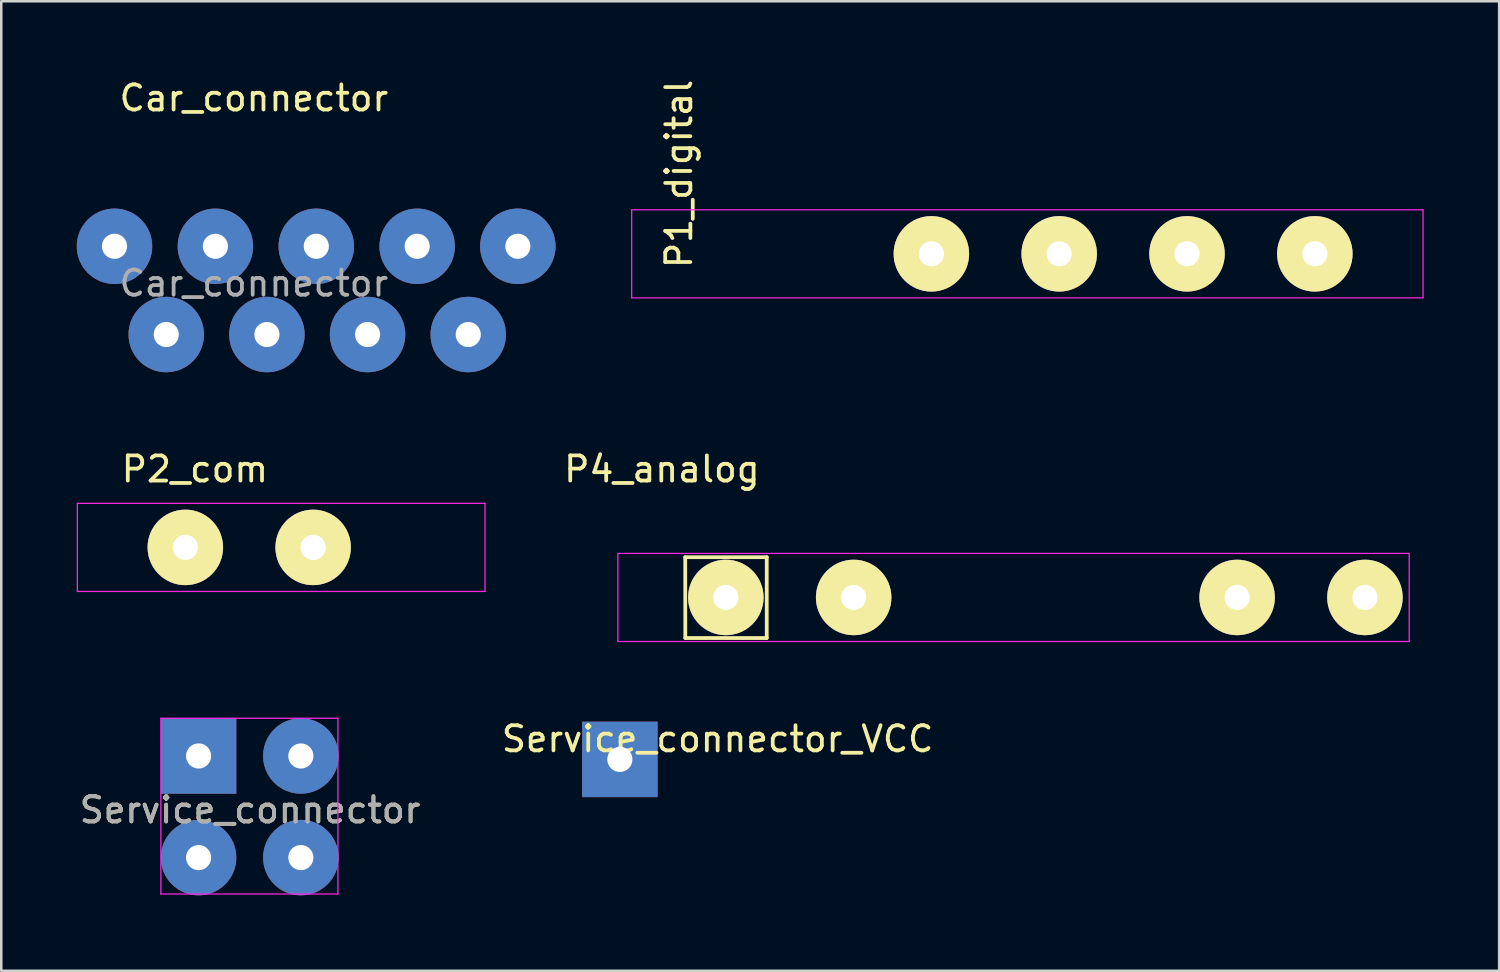
<source format=kicad_pcb>
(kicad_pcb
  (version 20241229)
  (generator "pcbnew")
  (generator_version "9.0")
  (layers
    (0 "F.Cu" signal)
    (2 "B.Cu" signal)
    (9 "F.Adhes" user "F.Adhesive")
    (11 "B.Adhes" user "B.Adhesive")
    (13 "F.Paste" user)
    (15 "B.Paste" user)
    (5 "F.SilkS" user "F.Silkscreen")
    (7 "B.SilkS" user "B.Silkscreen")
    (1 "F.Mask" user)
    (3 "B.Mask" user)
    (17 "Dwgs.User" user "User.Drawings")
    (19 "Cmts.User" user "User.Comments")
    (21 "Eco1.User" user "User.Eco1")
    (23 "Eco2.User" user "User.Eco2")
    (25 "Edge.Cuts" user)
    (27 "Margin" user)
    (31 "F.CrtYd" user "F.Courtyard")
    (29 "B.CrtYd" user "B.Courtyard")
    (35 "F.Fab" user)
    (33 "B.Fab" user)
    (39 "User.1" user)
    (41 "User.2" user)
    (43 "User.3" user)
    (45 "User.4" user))
  (footprint "P4_analog"
    (layer "F.Cu")
    (at 23.256 20.694)
    (property "Reference" "P4_analog" (at 0 -5.1 0) (layer "F.SilkS") (effects (font (size 1 1) (thickness 0.15))))
    (attr through_hole)
    (fp_line (start 0.927 -1.6) (end 0.93 1.61) (stroke (width 0.15) (type solid)) (layer "F.SilkS"))
    (fp_line (start 0.932 1.613) (end 4.166 1.613) (stroke (width 0.15) (type solid)) (layer "F.SilkS"))
    (fp_line (start 4.166 -1.6) (end 0.927 -1.6) (stroke (width 0.15) (type solid)) (layer "F.SilkS"))
    (fp_line (start 4.166 1.613) (end 4.166 -1.6) (stroke (width 0.15) (type solid)) (layer "F.SilkS"))
    (fp_line (start -1.75 -1.75) (end -1.75 1.75) (stroke (width 0.05) (type solid)) (layer "F.CrtYd"))
    (fp_line (start -1.75 -1.75) (end 29.7 -1.75) (stroke (width 0.05) (type solid)) (layer "F.CrtYd"))
    (fp_line (start -1.75 1.75) (end 29.7 1.75) (stroke (width 0.05) (type solid)) (layer "F.CrtYd"))
    (fp_line (start 29.7 -1.75) (end 29.7 1.75) (stroke (width 0.05) (type solid)) (layer "F.CrtYd"))
    (pad "2" thru_hole circle (at 2.54 0) (size 3 3) (drill 1) (layers "*.Cu" "*.Mask" "F.SilkS"))
    (pad "4" thru_hole circle (at 7.62 0) (size 3 3) (drill 1) (layers "*.Cu" "*.Mask" "F.SilkS"))
    (pad "10" thru_hole circle (at 22.86 0) (size 3 3) (drill 1) (layers "*.Cu" "*.Mask" "F.SilkS"))
    (pad "12" thru_hole circle (at 27.94 0) (size 3 3) (drill 1) (layers "*.Cu" "*.Mask" "F.SilkS")))
  (footprint "Service_connector"
    (layer "F.Cu")
    (at 4.842 26.994)
    (property "Reference" "Service_connector" (at 2.045 2.146 0) (layer "F.SilkS") (effects (font (size 1 1) (thickness 0.15))))
    (attr exclude_from_pos_files exclude_from_bom)
    (fp_line (start -1.5 -1.5) (end -1.499 5.486) (stroke (width 0.05) (type solid)) (layer "F.CrtYd"))
    (fp_line (start -1.5 -1.5) (end 5.537 -1.499) (stroke (width 0.05) (type solid)) (layer "F.CrtYd"))
    (fp_line (start 5.537 5.486) (end -1.499 5.486) (stroke (width 0.05) (type solid)) (layer "F.CrtYd"))
    (fp_line (start 5.537 5.486) (end 5.537 -1.499) (stroke (width 0.05) (type solid)) (layer "F.CrtYd"))
    (fp_text user "${REFERENCE}" (at 2.045 2.146 0) (layer "F.Fab") (effects (font (size 1 1) (thickness 0.15))))
    (pad "1" thru_hole rect (at 0 0) (size 3 3) (drill 1) (layers "*.Cu" "*.Mask"))
    (pad "2" thru_hole circle (at 4.064 0) (size 3 3) (drill 1) (layers "*.Cu" "*.Mask"))
    (pad "3" thru_hole circle (at 0 4.039) (size 3 3) (drill 1) (layers "*.Cu" "*.Mask"))
    (pad "4" thru_hole circle (at 4.064 4.039) (size 3 3) (drill 1) (layers "*.Cu" "*.Mask")))
  (footprint "Service_connector_VCC"
    (layer "F.Cu")
    (at 21.584 27.13)
    (property "Reference" "Service_connector_VCC" (at 3.886 -0.813 0) (layer "F.SilkS") (effects (font (size 1 1) (thickness 0.15))))
    (attr through_hole)
    (pad "1" thru_hole rect (at 0 0) (size 3 3) (drill 1) (layers "*.Cu" "*.Mask")))
  (footprint "P1_digital"
    (layer "F.Cu")
    (at 23.805 7.038)
    (property "Reference" "P1_digital" (at 0.127 -3.175 90) (layer "F.SilkS") (effects (font (size 1 1) (thickness 0.15))))
    (attr through_hole)
    (fp_line (start -1.75 -1.75) (end -1.75 1.75) (stroke (width 0.05) (type solid)) (layer "F.CrtYd"))
    (fp_line (start -1.75 -1.75) (end 29.7 -1.75) (stroke (width 0.05) (type solid)) (layer "F.CrtYd"))
    (fp_line (start -1.75 1.75) (end 29.7 1.75) (stroke (width 0.05) (type solid)) (layer "F.CrtYd"))
    (fp_line (start 29.7 -1.75) (end 29.7 1.75) (stroke (width 0.05) (type solid)) (layer "F.CrtYd"))
    (pad "5" thru_hole circle (at 10.16 0) (size 3 3) (drill 1) (layers "*.Cu" "*.Mask" "F.SilkS"))
    (pad "7" thru_hole circle (at 15.24 0) (size 3 3) (drill 1) (layers "*.Cu" "*.Mask" "F.SilkS"))
    (pad "9" thru_hole circle (at 20.32 0) (size 3 3) (drill 1) (layers "*.Cu" "*.Mask" "F.SilkS"))
    (pad "11" thru_hole circle (at 25.4 0) (size 3 3) (drill 1) (layers "*.Cu" "*.Mask" "F.SilkS")))
  (footprint "Car_connector"
    (layer "F.Cu")
    (at 1.5 6.738)
    (property "Reference" "Car_connector" (at 5.54 -5.89 0) (layer "F.SilkS") (effects (font (size 1 1) (thickness 0.15))))
    (attr through_hole)
    (fp_text user "${REFERENCE}" (at 5.54 1.47 0) (layer "F.Fab") (effects (font (size 1 1) (thickness 0.15))))
    (pad "1" thru_hole circle (at 0 0) (size 3 3) (drill 1) (layers "*.Cu" "*.Mask"))
    (pad "2" thru_hole circle (at 4.01 0) (size 3 3) (drill 1) (layers "*.Cu" "*.Mask"))
    (pad "3" thru_hole circle (at 8.02 0) (size 3 3) (drill 1) (layers "*.Cu" "*.Mask"))
    (pad "4" thru_hole circle (at 12.03 0) (size 3 3) (drill 1) (layers "*.Cu" "*.Mask"))
    (pad "5" thru_hole circle (at 16.03 0) (size 3 3) (drill 1) (layers "*.Cu" "*.Mask"))
    (pad "6" thru_hole circle (at 2.057 3.507) (size 3 3) (drill 1) (layers "*.Cu" "*.Mask"))
    (pad "7" thru_hole circle (at 6.058 3.507) (size 3 3) (drill 1) (layers "*.Cu" "*.Mask"))
    (pad "8" thru_hole circle (at 10.058 3.507) (size 3 3) (drill 1) (layers "*.Cu" "*.Mask"))
    (pad "9" thru_hole circle (at 14.059 3.507) (size 3 3) (drill 1) (layers "*.Cu" "*.Mask")))
  (footprint "P2_com"
    (layer "F.Cu")
    (at 1.775 18.705)
    (property "Reference" "P2_com" (at 2.921 -3.111 0) (layer "F.SilkS") (effects (font (size 1 1) (thickness 0.15))))
    (attr through_hole)
    (fp_line (start -1.75 -1.75) (end -1.75 1.75) (stroke (width 0.05) (type solid)) (layer "F.CrtYd"))
    (fp_line (start -1.75 -1.75) (end 14.45 -1.75) (stroke (width 0.05) (type solid)) (layer "F.CrtYd"))
    (fp_line (start -1.75 1.75) (end 14.45 1.75) (stroke (width 0.05) (type solid)) (layer "F.CrtYd"))
    (fp_line (start 14.45 -1.75) (end 14.45 1.75) (stroke (width 0.05) (type solid)) (layer "F.CrtYd"))
    (pad "1" thru_hole circle (at 2.54 0) (size 3 3) (drill 1) (layers "*.Cu" "*.Mask" "F.SilkS"))
    (pad "2" thru_hole circle (at 7.62 0) (size 3 3) (drill 1) (layers "*.Cu" "*.Mask" "F.SilkS")))
  (gr_rect
    (start -3 -3)
    (end 56.53 35.532)
    (stroke (width 0.1) (type default))
    (fill no)
    (layer "Edge.Cuts")))
</source>
